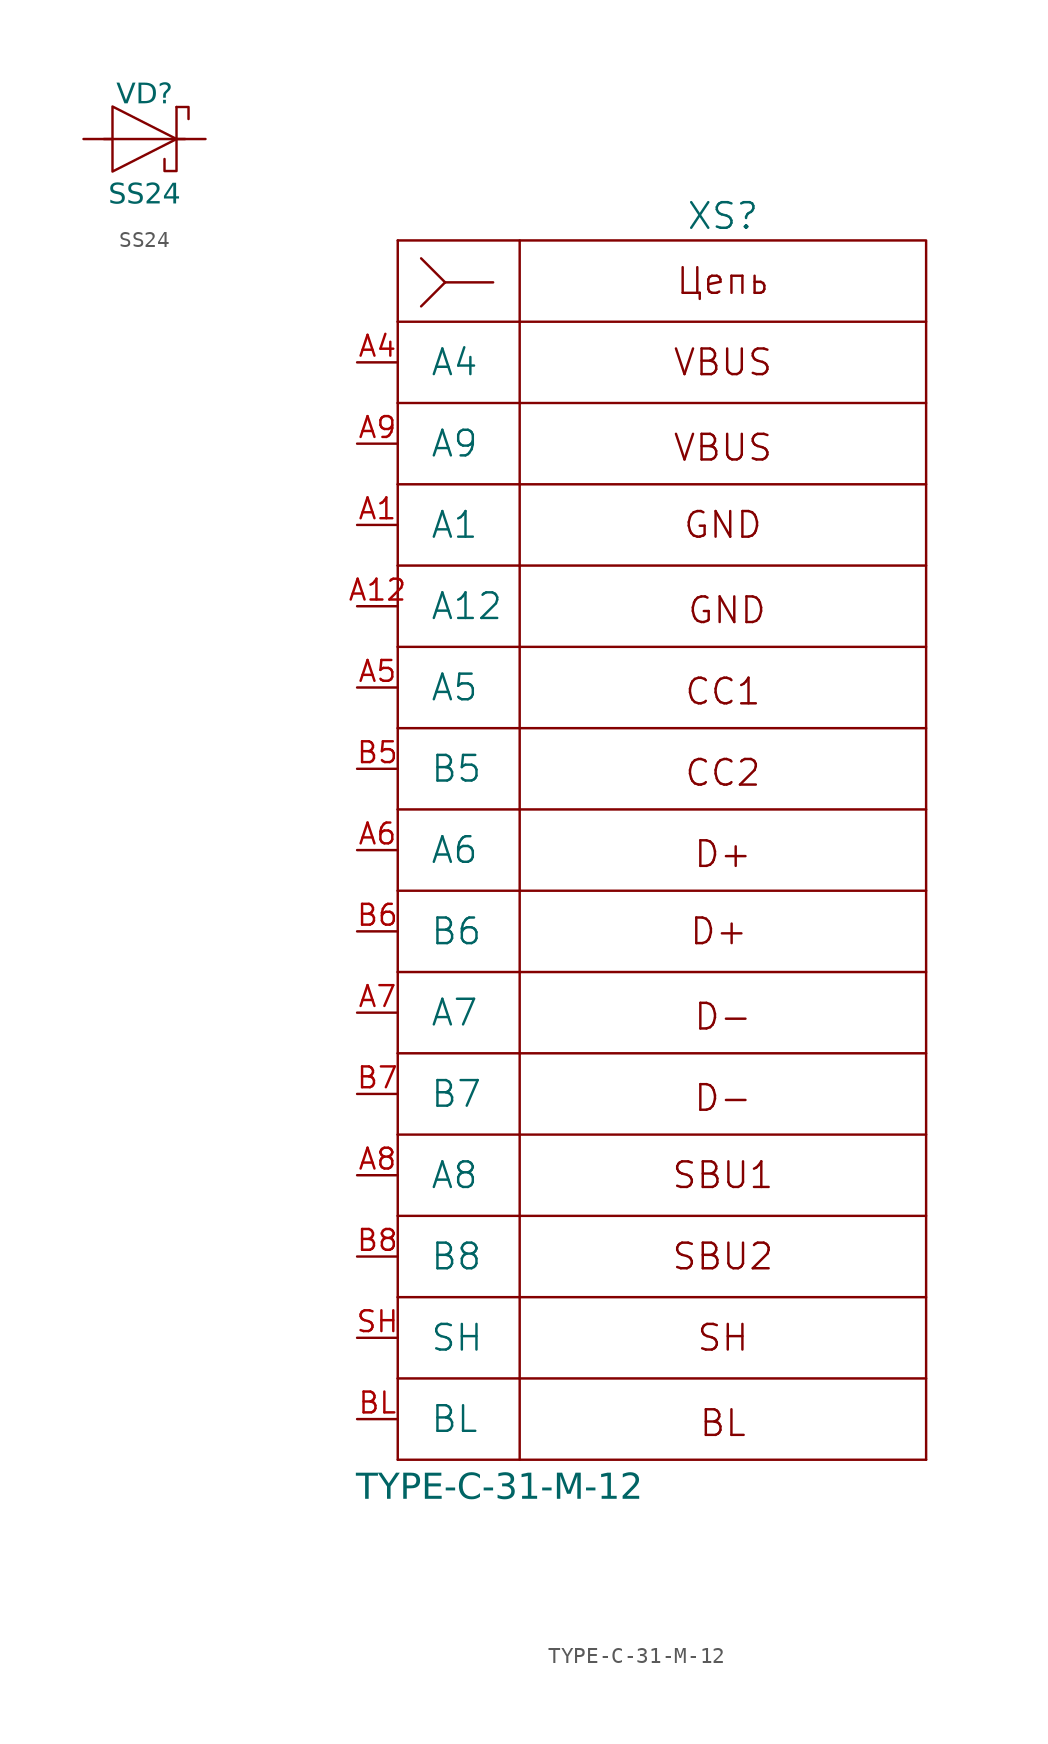
<source format=kicad_sym>
(kicad_symbol_lib
  (version 20231120)
  (generator "kicad_symbol_editor")
  (generator_version "8.0")
  (symbol "SS24"
    (pin_numbers hide)
    (pin_names
      (offset 0) hide)
    (property "Reference" "VD"
      (at 0 3.5 0)
      (effects (font (face "GOST type A") (size 1.27 1.27) (italic yes)) (justify top)))
    (property "Value" "SS24"
      (at 0 -3.5 0)
      (effects (font (face "GOST type A") (size 1.27 1.27) (italic yes))))
    (symbol "SS24_0_1"
      (polyline (pts (xy -2.54 0) (xy 2.54 0)) (stroke (width 0) (type default)) (fill (type none)))
      (polyline (pts (xy 2 2) (xy 2.75 2) (xy 2.75 1.25)) (stroke (width 0) (type default)) (fill (type none)))
      (polyline (pts (xy 2 2) (xy 2 -2) (xy 1.25 -2) (xy 1.25 -1.25)) (stroke (width 0) (type default)) (fill (type none)))
      (polyline (pts (xy -2 0) (xy -2 2.032) (xy 2 0) (xy 2 0) (xy -2 -2.032) (xy -2 0)) (stroke (width 0) (type default)) (fill (type none))))
    (symbol "SS24_1_1"
      (pin passive line (at 3.81 0 180) (length 1.81) (name "~" (effects (font (size 1.27 1.27)))) (number "1" (effects (font (size 1.27 1.27)))))
      (pin passive line (at -3.81 0 0) (length 1.81) (name "~" (effects (font (size 1.27 1.27)))) (number "2" (effects (font (size 1.27 1.27)))))))
  (symbol "TYPE-C-31-M-12"
    (pin_names
      (offset 2))
    (property "Reference" "XS"
      (at 22.86 9.144 0)
      (effects (font (size 1.6 1.6))))
    (property "Value" "TYPE-C-31-M-12"
      (at 8.89 -70.358 0)
      (effects (font (face "GOST type A") (size 1.6 1.6))))
    (symbol "TYPE-C-31-M-12_0_1"
      (polyline (pts (xy 2.54 -68.58) (xy 35.56 -68.58)) (stroke (width 0) (type default)) (fill (type none)))
      (polyline (pts (xy 2.54 -63.5) (xy 2.54 -68.58)) (stroke (width 0) (type default)) (fill (type none)))
      (polyline (pts (xy 2.54 -58.42) (xy 2.54 -63.5)) (stroke (width 0) (type default)) (fill (type none)))
      (polyline (pts (xy 2.54 -53.34) (xy 2.54 -58.42)) (stroke (width 0) (type default)) (fill (type none)))
      (polyline (pts (xy 2.54 -48.26) (xy 2.54 -53.34)) (stroke (width 0) (type default)) (fill (type none)))
      (polyline (pts (xy 2.54 -43.18) (xy 2.54 -48.26)) (stroke (width 0) (type default)) (fill (type none)))
      (polyline (pts (xy 2.54 -38.1) (xy 2.54 -43.18)) (stroke (width 0) (type default)) (fill (type none)))
      (polyline (pts (xy 2.54 -33.02) (xy 2.54 -38.1)) (stroke (width 0) (type default)) (fill (type none)))
      (polyline (pts (xy 2.54 -27.94) (xy 2.54 -33.02)) (stroke (width 0) (type default)) (fill (type none)))
      (polyline (pts (xy 2.54 -22.86) (xy 2.54 -27.94)) (stroke (width 0) (type default)) (fill (type none)))
      (polyline (pts (xy 2.54 -17.78) (xy 2.54 -22.86)) (stroke (width 0) (type default)) (fill (type none)))
      (polyline (pts (xy 2.54 -12.7) (xy 2.54 -17.78)) (stroke (width 0) (type default)) (fill (type none)))
      (polyline (pts (xy 2.54 -7.62) (xy 2.54 -12.7)) (stroke (width 0) (type default)) (fill (type none)))
      (polyline (pts (xy 2.54 -2.54) (xy 2.54 -7.62)) (stroke (width 0) (type default)) (fill (type none)))
      (polyline (pts (xy 2.54 2.54) (xy 2.54 -2.54)) (stroke (width 0) (type default)) (fill (type none)))
      (polyline (pts (xy 2.54 7.62) (xy 2.54 2.54)) (stroke (width 0) (type default)) (fill (type none)))
      (polyline (pts (xy 2.54 -63.5) (xy 10.16 -63.5) (xy 10.16 -68.58)) (stroke (width 0) (type default)) (fill (type none)))
      (polyline (pts (xy 2.54 -58.42) (xy 10.16 -58.42) (xy 10.16 -63.5)) (stroke (width 0) (type default)) (fill (type none)))
      (polyline (pts (xy 2.54 -53.34) (xy 10.16 -53.34) (xy 10.16 -58.42)) (stroke (width 0) (type default)) (fill (type none)))
      (polyline (pts (xy 2.54 -48.26) (xy 10.16 -48.26) (xy 10.16 -53.34)) (stroke (width 0) (type default)) (fill (type none)))
      (polyline (pts (xy 2.54 -43.18) (xy 10.16 -43.18) (xy 10.16 -48.26)) (stroke (width 0) (type default)) (fill (type none)))
      (polyline (pts (xy 2.54 -38.1) (xy 10.16 -38.1) (xy 10.16 -43.18)) (stroke (width 0) (type default)) (fill (type none)))
      (polyline (pts (xy 2.54 -33.02) (xy 10.16 -33.02) (xy 10.16 -38.1)) (stroke (width 0) (type default)) (fill (type none)))
      (polyline (pts (xy 2.54 -27.94) (xy 10.16 -27.94) (xy 10.16 -33.02)) (stroke (width 0) (type default)) (fill (type none)))
      (polyline (pts (xy 2.54 -22.86) (xy 10.16 -22.86) (xy 10.16 -27.94)) (stroke (width 0) (type default)) (fill (type none)))
      (polyline (pts (xy 2.54 -17.78) (xy 10.16 -17.78) (xy 10.16 -22.86)) (stroke (width 0) (type default)) (fill (type none)))
      (polyline (pts (xy 2.54 -12.7) (xy 10.16 -12.7) (xy 10.16 -17.78)) (stroke (width 0) (type default)) (fill (type none)))
      (polyline (pts (xy 2.54 -7.62) (xy 10.16 -7.62) (xy 10.16 -12.7)) (stroke (width 0) (type default)) (fill (type none)))
      (polyline (pts (xy 2.54 -2.54) (xy 10.16 -2.54) (xy 10.16 -7.62)) (stroke (width 0) (type default)) (fill (type none)))
      (polyline (pts (xy 2.54 2.54) (xy 10.16 2.54) (xy 10.16 -2.54)) (stroke (width 0) (type default)) (fill (type none)))
      (polyline (pts (xy 2.54 7.62) (xy 10.16 7.62) (xy 10.16 2.54)) (stroke (width 0) (type default)) (fill (type none)))
      (polyline (pts (xy 10.16 -63.5) (xy 35.56 -63.5) (xy 35.56 -68.58)) (stroke (width 0) (type default)) (fill (type none)))
      (polyline (pts (xy 10.16 -58.42) (xy 35.56 -58.42) (xy 35.56 -63.5)) (stroke (width 0) (type default)) (fill (type none)))
      (polyline (pts (xy 10.16 -53.34) (xy 35.56 -53.34) (xy 35.56 -58.42)) (stroke (width 0) (type default)) (fill (type none)))
      (polyline (pts (xy 10.16 -48.26) (xy 35.56 -48.26) (xy 35.56 -53.34)) (stroke (width 0) (type default)) (fill (type none)))
      (polyline (pts (xy 10.16 -43.18) (xy 35.56 -43.18) (xy 35.56 -48.26)) (stroke (width 0) (type default)) (fill (type none)))
      (polyline (pts (xy 10.16 -38.1) (xy 35.56 -38.1) (xy 35.56 -43.18)) (stroke (width 0) (type default)) (fill (type none)))
      (polyline (pts (xy 10.16 -33.02) (xy 35.56 -33.02) (xy 35.56 -38.1)) (stroke (width 0) (type default)) (fill (type none)))
      (polyline (pts (xy 10.16 -27.94) (xy 35.56 -27.94) (xy 35.56 -33.02)) (stroke (width 0) (type default)) (fill (type none)))
      (polyline (pts (xy 10.16 -22.86) (xy 35.56 -22.86) (xy 35.56 -27.94)) (stroke (width 0) (type default)) (fill (type none)))
      (polyline (pts (xy 10.16 -17.78) (xy 35.56 -17.78) (xy 35.56 -22.86)) (stroke (width 0) (type default)) (fill (type none)))
      (polyline (pts (xy 10.16 -12.7) (xy 35.56 -12.7) (xy 35.56 -17.78)) (stroke (width 0) (type default)) (fill (type none)))
      (polyline (pts (xy 10.16 -7.62) (xy 35.56 -7.62) (xy 35.56 -12.7)) (stroke (width 0) (type default)) (fill (type none)))
      (polyline (pts (xy 10.16 -2.54) (xy 35.56 -2.54) (xy 35.56 -7.62)) (stroke (width 0) (type default)) (fill (type none)))
      (polyline (pts (xy 10.16 2.54) (xy 35.56 2.54) (xy 35.56 -2.54)) (stroke (width 0) (type default)) (fill (type none)))
      (polyline (pts (xy 10.16 7.62) (xy 35.56 7.62) (xy 35.56 2.54)) (stroke (width 0) (type default)) (fill (type none))))
    (symbol "TYPE-C-31-M-12_1_1"
      (polyline (pts (xy 5.5 5) (xy 4 3.5)) (stroke (width 0) (type default)) (fill (type none)))
      (polyline (pts (xy 5.5 5) (xy 4 6.5)) (stroke (width 0) (type default)) (fill (type none)))
      (polyline (pts (xy 5.5 5) (xy 8.5 5)) (stroke (width 0) (type default)) (fill (type none)))
      (text "BL" (at 22.86 -66.294 0) (effects (font (size 1.6 1.6))))
      (text "CC1" (at 22.86 -20.574 0) (effects (font (size 1.6 1.6))))
      (text "CC2" (at 22.86 -25.654 0) (effects (font (size 1.6 1.6))))
      (text "D+" (at 22.606 -35.56 0) (effects (font (size 1.6 1.6))))
      (text "D+" (at 22.86 -30.734 0) (effects (font (size 1.6 1.6))))
      (text "D-" (at 22.86 -45.974 0) (effects (font (size 1.6 1.6))))
      (text "D-" (at 22.86 -40.894 0) (effects (font (size 1.6 1.6))))
      (text "GND" (at 22.86 -10.16 0) (effects (font (size 1.6 1.6))))
      (text "GND" (at 23.114 -15.494 0) (effects (font (size 1.6 1.6))))
      (text "SBU1" (at 22.86 -50.8 0) (effects (font (size 1.6 1.6))))
      (text "SBU2" (at 22.86 -55.88 0) (effects (font (size 1.6 1.6))))
      (text "SH" (at 22.86 -60.96 0) (effects (font (size 1.6 1.6))))
      (text "VBUS" (at 22.86 -5.334 0) (effects (font (size 1.6 1.6))))
      (text "VBUS" (at 22.86 0 0) (effects (font (size 1.6 1.6))))
      (text "Цепь" (at 22.86 5.08 0) (effects (font (size 1.6 1.6))))
      (pin passive line (at 0 -10.16 0) (length 2.54) (name "A1" (effects (font (size 1.6 1.6)))) (number "A1" (effects (font (size 1.3 1.3)))))
      (pin passive line (at 0 -15.24 0) (length 2.54) (name "A12" (effects (font (size 1.6 1.6)))) (number "A12" (effects (font (size 1.3 1.3)))))
      (pin passive line (at 0 0 0) (length 2.54) (name "A4" (effects (font (size 1.6 1.6)))) (number "A4" (effects (font (size 1.3 1.3)))))
      (pin passive line (at 0 -20.32 0) (length 2.54) (name "A5" (effects (font (size 1.6 1.6)))) (number "A5" (effects (font (size 1.3 1.3)))))
      (pin passive line (at 0 -30.48 0) (length 2.54) (name "A6" (effects (font (size 1.6 1.6)))) (number "A6" (effects (font (size 1.3 1.3)))))
      (pin passive line (at 0 -40.64 0) (length 2.54) (name "A7" (effects (font (size 1.6 1.6)))) (number "A7" (effects (font (size 1.3 1.3)))))
      (pin passive line (at 0 -50.8 0) (length 2.54) (name "A8" (effects (font (size 1.6 1.6)))) (number "A8" (effects (font (size 1.3 1.3)))))
      (pin passive line (at 0 -5.08 0) (length 2.54) (name "A9" (effects (font (size 1.6 1.6)))) (number "A9" (effects (font (size 1.3 1.3)))))
      (pin passive line (at 0 -25.4 0) (length 2.54) (name "B5" (effects (font (size 1.6 1.6)))) (number "B5" (effects (font (size 1.3 1.3)))))
      (pin passive line (at 0 -35.56 0) (length 2.54) (name "B6" (effects (font (size 1.6 1.6)))) (number "B6" (effects (font (size 1.3 1.3)))))
      (pin passive line (at 0 -45.72 0) (length 2.54) (name "B7" (effects (font (size 1.6 1.6)))) (number "B7" (effects (font (size 1.3 1.3)))))
      (pin passive line (at 0 -55.88 0) (length 2.54) (name "B8" (effects (font (size 1.6 1.6)))) (number "B8" (effects (font (size 1.3 1.3)))))
      (pin passive line (at 0 -66.04 0) (length 2.54) (name "BL" (effects (font (size 1.6 1.6)))) (number "BL" (effects (font (size 1.3 1.3)))))
      (pin passive line (at 0 -60.96 0) (length 2.54) (name "SH" (effects (font (size 1.6 1.6)))) (number "SH" (effects (font (size 1.3 1.3))))))))
</source>
